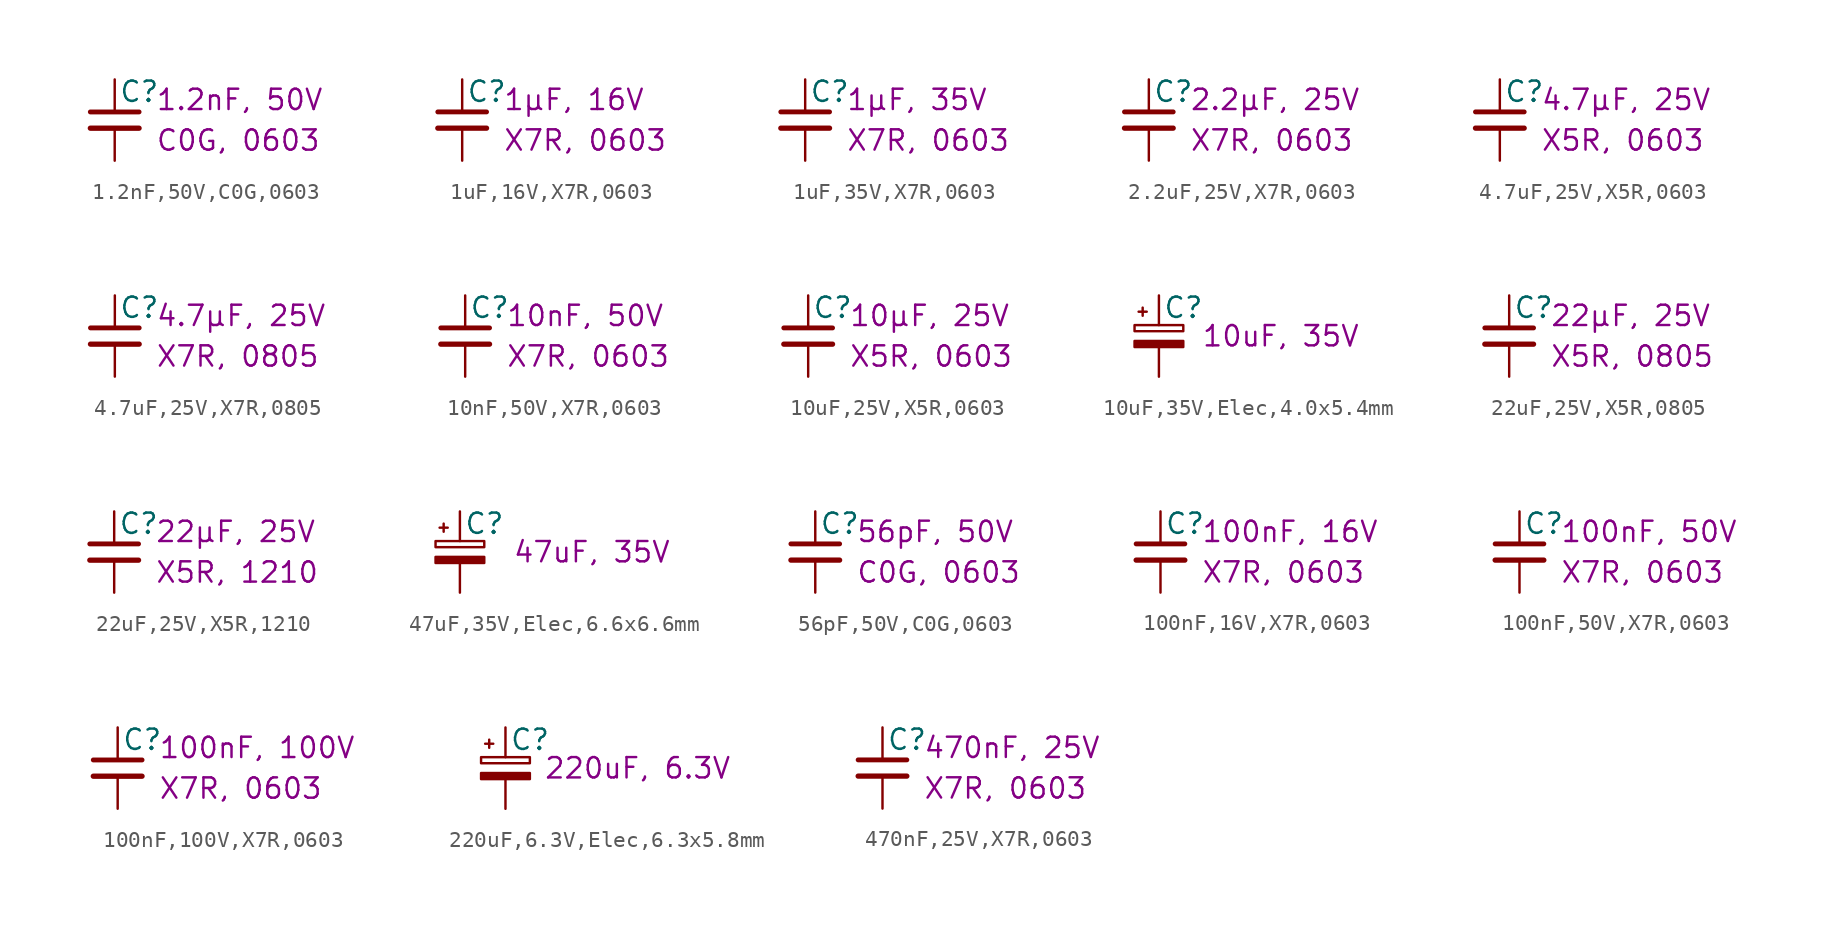
<source format=kicad_sym>
(kicad_symbol_lib
  (version 20220914)
  (generator kicad_symbol_editor)
  (symbol "1.2nF,50V,C0G,0603"
    (pin_numbers hide)
    (pin_names
      (offset 0.254) hide)
    (property "Reference" "C"
      (at 0.254 1.778 0)
      (effects (font (size 1.27 1.27)) (justify left)))
    (property "Pretty Value 1" "1.2nF, 50V"
      (at 2.54 1.27 0)
      (effects (font (size 1.27 1.27)) (justify left)))
    (property "Pretty Value 2" "C0G, 0603"
      (at 2.54 -1.27 0)
      (effects (font (size 1.27 1.27)) (justify left)))
    (symbol "1.2nF,50V,C0G,0603_0_1"
      (polyline (pts (xy -1.524 -0.508) (xy 1.524 -0.508)) (stroke (width 0.33) (type default)) (fill (type none)))
      (polyline (pts (xy -1.524 0.508) (xy 1.524 0.508)) (stroke (width 0.305) (type default)) (fill (type none))))
    (symbol "1.2nF,50V,C0G,0603_1_1"
      (pin passive line (at 0 2.54 270) (length 2.032) (name "~" (effects (font (size 1.27 1.27)))) (number "1" (effects (font (size 1.27 1.27)))))
      (pin passive line (at 0 -2.54 90) (length 2.032) (name "~" (effects (font (size 1.27 1.27)))) (number "2" (effects (font (size 1.27 1.27)))))))
  (symbol "1uF,16V,X7R,0603"
    (pin_numbers hide)
    (pin_names
      (offset 0.254) hide)
    (property "Reference" "C"
      (at 0.254 1.778 0)
      (effects (font (size 1.27 1.27)) (justify left)))
    (property "Pretty Value 1" "1μF, 16V"
      (at 2.54 1.27 0)
      (effects (font (size 1.27 1.27)) (justify left)))
    (property "Pretty Value 2" "X7R, 0603"
      (at 2.54 -1.27 0)
      (effects (font (size 1.27 1.27)) (justify left)))
    (symbol "1uF,16V,X7R,0603_0_1"
      (polyline (pts (xy -1.524 -0.508) (xy 1.524 -0.508)) (stroke (width 0.33) (type default)) (fill (type none)))
      (polyline (pts (xy -1.524 0.508) (xy 1.524 0.508)) (stroke (width 0.305) (type default)) (fill (type none))))
    (symbol "1uF,16V,X7R,0603_1_1"
      (pin passive line (at 0 2.54 270) (length 2.032) (name "~" (effects (font (size 1.27 1.27)))) (number "1" (effects (font (size 1.27 1.27)))))
      (pin passive line (at 0 -2.54 90) (length 2.032) (name "~" (effects (font (size 1.27 1.27)))) (number "2" (effects (font (size 1.27 1.27)))))))
  (symbol "1uF,35V,X7R,0603"
    (pin_numbers hide)
    (pin_names
      (offset 0.254) hide)
    (property "Reference" "C"
      (at 0.254 1.778 0)
      (effects (font (size 1.27 1.27)) (justify left)))
    (property "Pretty Value 1" "1μF, 35V"
      (at 2.54 1.27 0)
      (effects (font (size 1.27 1.27)) (justify left)))
    (property "Pretty Value 2" "X7R, 0603"
      (at 2.54 -1.27 0)
      (effects (font (size 1.27 1.27)) (justify left)))
    (symbol "1uF,35V,X7R,0603_0_1"
      (polyline (pts (xy -1.524 -0.508) (xy 1.524 -0.508)) (stroke (width 0.33) (type default)) (fill (type none)))
      (polyline (pts (xy -1.524 0.508) (xy 1.524 0.508)) (stroke (width 0.305) (type default)) (fill (type none))))
    (symbol "1uF,35V,X7R,0603_1_1"
      (pin passive line (at 0 2.54 270) (length 2.032) (name "~" (effects (font (size 1.27 1.27)))) (number "1" (effects (font (size 1.27 1.27)))))
      (pin passive line (at 0 -2.54 90) (length 2.032) (name "~" (effects (font (size 1.27 1.27)))) (number "2" (effects (font (size 1.27 1.27)))))))
  (symbol "2.2uF,25V,X7R,0603"
    (pin_numbers hide)
    (pin_names
      (offset 0.254) hide)
    (property "Reference" "C"
      (at 0.254 1.778 0)
      (effects (font (size 1.27 1.27)) (justify left)))
    (property "Pretty Value 1" "2.2μF, 25V"
      (at 2.54 1.27 0)
      (effects (font (size 1.27 1.27)) (justify left)))
    (property "Pretty Value 2" "X7R, 0603"
      (at 2.54 -1.27 0)
      (effects (font (size 1.27 1.27)) (justify left)))
    (symbol "2.2uF,25V,X7R,0603_0_1"
      (polyline (pts (xy -1.524 -0.508) (xy 1.524 -0.508)) (stroke (width 0.33) (type default)) (fill (type none)))
      (polyline (pts (xy -1.524 0.508) (xy 1.524 0.508)) (stroke (width 0.305) (type default)) (fill (type none))))
    (symbol "2.2uF,25V,X7R,0603_1_1"
      (pin passive line (at 0 2.54 270) (length 2.032) (name "~" (effects (font (size 1.27 1.27)))) (number "1" (effects (font (size 1.27 1.27)))))
      (pin passive line (at 0 -2.54 90) (length 2.032) (name "~" (effects (font (size 1.27 1.27)))) (number "2" (effects (font (size 1.27 1.27)))))))
  (symbol "4.7uF,25V,X5R,0603"
    (pin_numbers hide)
    (pin_names
      (offset 0.254) hide)
    (property "Reference" "C"
      (at 0.254 1.778 0)
      (effects (font (size 1.27 1.27)) (justify left)))
    (property "Pretty Value 1" "4.7μF, 25V"
      (at 2.54 1.27 0)
      (effects (font (size 1.27 1.27)) (justify left)))
    (property "Pretty Value 2" "X5R, 0603"
      (at 2.54 -1.27 0)
      (effects (font (size 1.27 1.27)) (justify left)))
    (symbol "4.7uF,25V,X5R,0603_0_1"
      (polyline (pts (xy -1.524 -0.508) (xy 1.524 -0.508)) (stroke (width 0.33) (type default)) (fill (type none)))
      (polyline (pts (xy -1.524 0.508) (xy 1.524 0.508)) (stroke (width 0.305) (type default)) (fill (type none))))
    (symbol "4.7uF,25V,X5R,0603_1_1"
      (pin passive line (at 0 2.54 270) (length 2.032) (name "~" (effects (font (size 1.27 1.27)))) (number "1" (effects (font (size 1.27 1.27)))))
      (pin passive line (at 0 -2.54 90) (length 2.032) (name "~" (effects (font (size 1.27 1.27)))) (number "2" (effects (font (size 1.27 1.27)))))))
  (symbol "4.7uF,25V,X7R,0805"
    (pin_numbers hide)
    (pin_names
      (offset 0.254) hide)
    (property "Reference" "C"
      (at 0.254 1.778 0)
      (effects (font (size 1.27 1.27)) (justify left)))
    (property "Pretty Value 1" "4.7μF, 25V"
      (at 2.54 1.27 0)
      (effects (font (size 1.27 1.27)) (justify left)))
    (property "Pretty Value 2" "X7R, 0805"
      (at 2.54 -1.27 0)
      (effects (font (size 1.27 1.27)) (justify left)))
    (symbol "4.7uF,25V,X7R,0805_0_1"
      (polyline (pts (xy -1.524 -0.508) (xy 1.524 -0.508)) (stroke (width 0.33) (type default)) (fill (type none)))
      (polyline (pts (xy -1.524 0.508) (xy 1.524 0.508)) (stroke (width 0.305) (type default)) (fill (type none))))
    (symbol "4.7uF,25V,X7R,0805_1_1"
      (pin passive line (at 0 2.54 270) (length 2.032) (name "~" (effects (font (size 1.27 1.27)))) (number "1" (effects (font (size 1.27 1.27)))))
      (pin passive line (at 0 -2.54 90) (length 2.032) (name "~" (effects (font (size 1.27 1.27)))) (number "2" (effects (font (size 1.27 1.27)))))))
  (symbol "10nF,50V,X7R,0603"
    (pin_numbers hide)
    (pin_names
      (offset 0.254) hide)
    (property "Reference" "C"
      (at 0.254 1.778 0)
      (effects (font (size 1.27 1.27)) (justify left)))
    (property "Pretty Value 1" "10nF, 50V"
      (at 2.54 1.27 0)
      (effects (font (size 1.27 1.27)) (justify left)))
    (property "Pretty Value 2" "X7R, 0603"
      (at 2.54 -1.27 0)
      (effects (font (size 1.27 1.27)) (justify left)))
    (symbol "10nF,50V,X7R,0603_0_1"
      (polyline (pts (xy -1.524 -0.508) (xy 1.524 -0.508)) (stroke (width 0.33) (type default)) (fill (type none)))
      (polyline (pts (xy -1.524 0.508) (xy 1.524 0.508)) (stroke (width 0.305) (type default)) (fill (type none))))
    (symbol "10nF,50V,X7R,0603_1_1"
      (pin passive line (at 0 2.54 270) (length 2.032) (name "~" (effects (font (size 1.27 1.27)))) (number "1" (effects (font (size 1.27 1.27)))))
      (pin passive line (at 0 -2.54 90) (length 2.032) (name "~" (effects (font (size 1.27 1.27)))) (number "2" (effects (font (size 1.27 1.27)))))))
  (symbol "10uF,25V,X5R,0603"
    (pin_numbers hide)
    (pin_names
      (offset 0.254) hide)
    (property "Reference" "C"
      (at 0.254 1.778 0)
      (effects (font (size 1.27 1.27)) (justify left)))
    (property "Pretty Value 1" "10μF, 25V"
      (at 2.54 1.27 0)
      (effects (font (size 1.27 1.27)) (justify left)))
    (property "Pretty Value 2" "X5R, 0603"
      (at 2.54 -1.27 0)
      (effects (font (size 1.27 1.27)) (justify left)))
    (symbol "10uF,25V,X5R,0603_0_1"
      (polyline (pts (xy -1.524 -0.508) (xy 1.524 -0.508)) (stroke (width 0.33) (type default)) (fill (type none)))
      (polyline (pts (xy -1.524 0.508) (xy 1.524 0.508)) (stroke (width 0.305) (type default)) (fill (type none))))
    (symbol "10uF,25V,X5R,0603_1_1"
      (pin passive line (at 0 2.54 270) (length 2.032) (name "~" (effects (font (size 1.27 1.27)))) (number "1" (effects (font (size 1.27 1.27)))))
      (pin passive line (at 0 -2.54 90) (length 2.032) (name "~" (effects (font (size 1.27 1.27)))) (number "2" (effects (font (size 1.27 1.27)))))))
  (symbol "10uF,35V,Elec,4.0x5.4mm"
    (pin_numbers hide)
    (pin_names
      (offset 0.254) hide)
    (property "Reference" "C"
      (at 0.254 1.778 0)
      (effects (font (size 1.27 1.27)) (justify left)))
    (property "Pretty Value 1" "10uF, 35V"
      (at 7.62 0 0)
      (effects (font (size 1.27 1.27))))
    (symbol "10uF,35V,Elec,4.0x5.4mm_0_1"
      (rectangle (start -1.524 -0.305) (end 1.524 -0.686) (stroke (width 0) (type default)) (fill (type outline)))
      (rectangle (start -1.524 0.686) (end 1.524 0.305) (stroke (width 0) (type default)) (fill (type none)))
      (polyline (pts (xy -1.27 1.524) (xy -0.762 1.524)) (stroke (width 0) (type default)) (fill (type none)))
      (polyline (pts (xy -1.016 1.27) (xy -1.016 1.778)) (stroke (width 0) (type default)) (fill (type none))))
    (symbol "10uF,35V,Elec,4.0x5.4mm_1_1"
      (pin passive line (at 0 2.54 270) (length 1.854) (name "~" (effects (font (size 1.27 1.27)))) (number "1" (effects (font (size 1.27 1.27)))))
      (pin passive line (at 0 -2.54 90) (length 1.854) (name "~" (effects (font (size 1.27 1.27)))) (number "2" (effects (font (size 1.27 1.27)))))))
  (symbol "22uF,25V,X5R,0805"
    (pin_numbers hide)
    (pin_names
      (offset 0.254) hide)
    (property "Reference" "C"
      (at 0.254 1.778 0)
      (effects (font (size 1.27 1.27)) (justify left)))
    (property "Pretty Value 1" "22μF, 25V"
      (at 2.54 1.27 0)
      (effects (font (size 1.27 1.27)) (justify left)))
    (property "Pretty Value 2" "X5R, 0805"
      (at 2.54 -1.27 0)
      (effects (font (size 1.27 1.27)) (justify left)))
    (symbol "22uF,25V,X5R,0805_0_1"
      (polyline (pts (xy -1.524 -0.508) (xy 1.524 -0.508)) (stroke (width 0.33) (type default)) (fill (type none)))
      (polyline (pts (xy -1.524 0.508) (xy 1.524 0.508)) (stroke (width 0.305) (type default)) (fill (type none))))
    (symbol "22uF,25V,X5R,0805_1_1"
      (pin passive line (at 0 2.54 270) (length 2.032) (name "~" (effects (font (size 1.27 1.27)))) (number "1" (effects (font (size 1.27 1.27)))))
      (pin passive line (at 0 -2.54 90) (length 2.032) (name "~" (effects (font (size 1.27 1.27)))) (number "2" (effects (font (size 1.27 1.27)))))))
  (symbol "22uF,25V,X5R,1210"
    (pin_numbers hide)
    (pin_names
      (offset 0.254) hide)
    (property "Reference" "C"
      (at 0.254 1.778 0)
      (effects (font (size 1.27 1.27)) (justify left)))
    (property "Pretty Value 1" "22μF, 25V"
      (at 2.54 1.27 0)
      (effects (font (size 1.27 1.27)) (justify left)))
    (property "Pretty Value 2" "X5R, 1210"
      (at 2.54 -1.27 0)
      (effects (font (size 1.27 1.27)) (justify left)))
    (symbol "22uF,25V,X5R,1210_0_1"
      (polyline (pts (xy -1.524 -0.508) (xy 1.524 -0.508)) (stroke (width 0.33) (type default)) (fill (type none)))
      (polyline (pts (xy -1.524 0.508) (xy 1.524 0.508)) (stroke (width 0.305) (type default)) (fill (type none))))
    (symbol "22uF,25V,X5R,1210_1_1"
      (pin passive line (at 0 2.54 270) (length 2.032) (name "~" (effects (font (size 1.27 1.27)))) (number "1" (effects (font (size 1.27 1.27)))))
      (pin passive line (at 0 -2.54 90) (length 2.032) (name "~" (effects (font (size 1.27 1.27)))) (number "2" (effects (font (size 1.27 1.27)))))))
  (symbol "47uF,35V,Elec,6.6x6.6mm"
    (pin_numbers hide)
    (pin_names
      (offset 0.254) hide)
    (property "Reference" "C"
      (at 0.254 1.778 0)
      (effects (font (size 1.27 1.27)) (justify left)))
    (property "Pretty Value 1" "47uF, 35V"
      (at 8.255 0 0)
      (effects (font (size 1.27 1.27))))
    (symbol "47uF,35V,Elec,6.6x6.6mm_0_1"
      (rectangle (start -1.524 -0.305) (end 1.524 -0.686) (stroke (width 0) (type default)) (fill (type outline)))
      (rectangle (start -1.524 0.686) (end 1.524 0.305) (stroke (width 0) (type default)) (fill (type none)))
      (polyline (pts (xy -1.27 1.524) (xy -0.762 1.524)) (stroke (width 0) (type default)) (fill (type none)))
      (polyline (pts (xy -1.016 1.27) (xy -1.016 1.778)) (stroke (width 0) (type default)) (fill (type none))))
    (symbol "47uF,35V,Elec,6.6x6.6mm_1_1"
      (pin passive line (at 0 2.54 270) (length 1.854) (name "~" (effects (font (size 1.27 1.27)))) (number "1" (effects (font (size 1.27 1.27)))))
      (pin passive line (at 0 -2.54 90) (length 1.854) (name "~" (effects (font (size 1.27 1.27)))) (number "2" (effects (font (size 1.27 1.27)))))))
  (symbol "56pF,50V,C0G,0603"
    (pin_numbers hide)
    (pin_names
      (offset 0.254) hide)
    (property "Reference" "C"
      (at 0.254 1.778 0)
      (effects (font (size 1.27 1.27)) (justify left)))
    (property "Pretty Value 1" "56pF, 50V"
      (at 2.54 1.27 0)
      (effects (font (size 1.27 1.27)) (justify left)))
    (property "Pretty Value 2" "C0G, 0603"
      (at 2.54 -1.27 0)
      (effects (font (size 1.27 1.27)) (justify left)))
    (symbol "56pF,50V,C0G,0603_0_1"
      (polyline (pts (xy -1.524 -0.508) (xy 1.524 -0.508)) (stroke (width 0.33) (type default)) (fill (type none)))
      (polyline (pts (xy -1.524 0.508) (xy 1.524 0.508)) (stroke (width 0.305) (type default)) (fill (type none))))
    (symbol "56pF,50V,C0G,0603_1_1"
      (pin passive line (at 0 2.54 270) (length 2.032) (name "~" (effects (font (size 1.27 1.27)))) (number "1" (effects (font (size 1.27 1.27)))))
      (pin passive line (at 0 -2.54 90) (length 2.032) (name "~" (effects (font (size 1.27 1.27)))) (number "2" (effects (font (size 1.27 1.27)))))))
  (symbol "100nF,16V,X7R,0603"
    (pin_numbers hide)
    (pin_names
      (offset 0.254) hide)
    (property "Reference" "C"
      (at 0.254 1.778 0)
      (effects (font (size 1.27 1.27)) (justify left)))
    (property "Pretty Value 1" "100nF, 16V"
      (at 2.54 1.27 0)
      (effects (font (size 1.27 1.27)) (justify left)))
    (property "Pretty Value 2" "X7R, 0603"
      (at 2.54 -1.27 0)
      (effects (font (size 1.27 1.27)) (justify left)))
    (symbol "100nF,16V,X7R,0603_0_1"
      (polyline (pts (xy -1.524 -0.508) (xy 1.524 -0.508)) (stroke (width 0.33) (type default)) (fill (type none)))
      (polyline (pts (xy -1.524 0.508) (xy 1.524 0.508)) (stroke (width 0.305) (type default)) (fill (type none))))
    (symbol "100nF,16V,X7R,0603_1_1"
      (pin passive line (at 0 2.54 270) (length 2.032) (name "~" (effects (font (size 1.27 1.27)))) (number "1" (effects (font (size 1.27 1.27)))))
      (pin passive line (at 0 -2.54 90) (length 2.032) (name "~" (effects (font (size 1.27 1.27)))) (number "2" (effects (font (size 1.27 1.27)))))))
  (symbol "100nF,50V,X7R,0603"
    (pin_numbers hide)
    (pin_names
      (offset 0.254) hide)
    (property "Reference" "C"
      (at 0.254 1.778 0)
      (effects (font (size 1.27 1.27)) (justify left)))
    (property "Pretty Value 1" "100nF, 50V"
      (at 2.54 1.27 0)
      (effects (font (size 1.27 1.27)) (justify left)))
    (property "Pretty Value 2" "X7R, 0603"
      (at 2.54 -1.27 0)
      (effects (font (size 1.27 1.27)) (justify left)))
    (symbol "100nF,50V,X7R,0603_0_1"
      (polyline (pts (xy -1.524 -0.508) (xy 1.524 -0.508)) (stroke (width 0.33) (type default)) (fill (type none)))
      (polyline (pts (xy -1.524 0.508) (xy 1.524 0.508)) (stroke (width 0.305) (type default)) (fill (type none))))
    (symbol "100nF,50V,X7R,0603_1_1"
      (pin passive line (at 0 2.54 270) (length 2.032) (name "~" (effects (font (size 1.27 1.27)))) (number "1" (effects (font (size 1.27 1.27)))))
      (pin passive line (at 0 -2.54 90) (length 2.032) (name "~" (effects (font (size 1.27 1.27)))) (number "2" (effects (font (size 1.27 1.27)))))))
  (symbol "100nF,100V,X7R,0603"
    (pin_numbers hide)
    (pin_names
      (offset 0.254) hide)
    (property "Reference" "C"
      (at 0.254 1.778 0)
      (effects (font (size 1.27 1.27)) (justify left)))
    (property "Pretty Value 1" "100nF, 100V"
      (at 2.54 1.27 0)
      (effects (font (size 1.27 1.27)) (justify left)))
    (property "Pretty Value 2" "X7R, 0603"
      (at 2.54 -1.27 0)
      (effects (font (size 1.27 1.27)) (justify left)))
    (symbol "100nF,100V,X7R,0603_0_1"
      (polyline (pts (xy -1.524 -0.508) (xy 1.524 -0.508)) (stroke (width 0.33) (type default)) (fill (type none)))
      (polyline (pts (xy -1.524 0.508) (xy 1.524 0.508)) (stroke (width 0.305) (type default)) (fill (type none))))
    (symbol "100nF,100V,X7R,0603_1_1"
      (pin passive line (at 0 2.54 270) (length 2.032) (name "~" (effects (font (size 1.27 1.27)))) (number "1" (effects (font (size 1.27 1.27)))))
      (pin passive line (at 0 -2.54 90) (length 2.032) (name "~" (effects (font (size 1.27 1.27)))) (number "2" (effects (font (size 1.27 1.27)))))))
  (symbol "220uF,6.3V,Elec,6.3x5.8mm"
    (pin_numbers hide)
    (pin_names
      (offset 0.254) hide)
    (property "Reference" "C"
      (at 0.254 1.778 0)
      (effects (font (size 1.27 1.27)) (justify left)))
    (property "Pretty Value 1" "220uF, 6.3V"
      (at 8.255 0 0)
      (effects (font (size 1.27 1.27))))
    (symbol "220uF,6.3V,Elec,6.3x5.8mm_0_1"
      (rectangle (start -1.524 -0.305) (end 1.524 -0.686) (stroke (width 0) (type default)) (fill (type outline)))
      (rectangle (start -1.524 0.686) (end 1.524 0.305) (stroke (width 0) (type default)) (fill (type none)))
      (polyline (pts (xy -1.27 1.524) (xy -0.762 1.524)) (stroke (width 0) (type default)) (fill (type none)))
      (polyline (pts (xy -1.016 1.27) (xy -1.016 1.778)) (stroke (width 0) (type default)) (fill (type none))))
    (symbol "220uF,6.3V,Elec,6.3x5.8mm_1_1"
      (pin passive line (at 0 2.54 270) (length 1.854) (name "~" (effects (font (size 1.27 1.27)))) (number "1" (effects (font (size 1.27 1.27)))))
      (pin passive line (at 0 -2.54 90) (length 1.854) (name "~" (effects (font (size 1.27 1.27)))) (number "2" (effects (font (size 1.27 1.27)))))))
  (symbol "470nF,25V,X7R,0603"
    (pin_numbers hide)
    (pin_names
      (offset 0.254) hide)
    (property "Reference" "C"
      (at 0.254 1.778 0)
      (effects (font (size 1.27 1.27)) (justify left)))
    (property "Pretty Value 1" "470nF, 25V"
      (at 2.54 1.27 0)
      (effects (font (size 1.27 1.27)) (justify left)))
    (property "Pretty Value 2" "X7R, 0603"
      (at 2.54 -1.27 0)
      (effects (font (size 1.27 1.27)) (justify left)))
    (symbol "470nF,25V,X7R,0603_0_1"
      (polyline (pts (xy -1.524 -0.508) (xy 1.524 -0.508)) (stroke (width 0.33) (type default)) (fill (type none)))
      (polyline (pts (xy -1.524 0.508) (xy 1.524 0.508)) (stroke (width 0.305) (type default)) (fill (type none))))
    (symbol "470nF,25V,X7R,0603_1_1"
      (pin passive line (at 0 2.54 270) (length 2.032) (name "~" (effects (font (size 1.27 1.27)))) (number "1" (effects (font (size 1.27 1.27)))))
      (pin passive line (at 0 -2.54 90) (length 2.032) (name "~" (effects (font (size 1.27 1.27)))) (number "2" (effects (font (size 1.27 1.27))))))))
</source>
